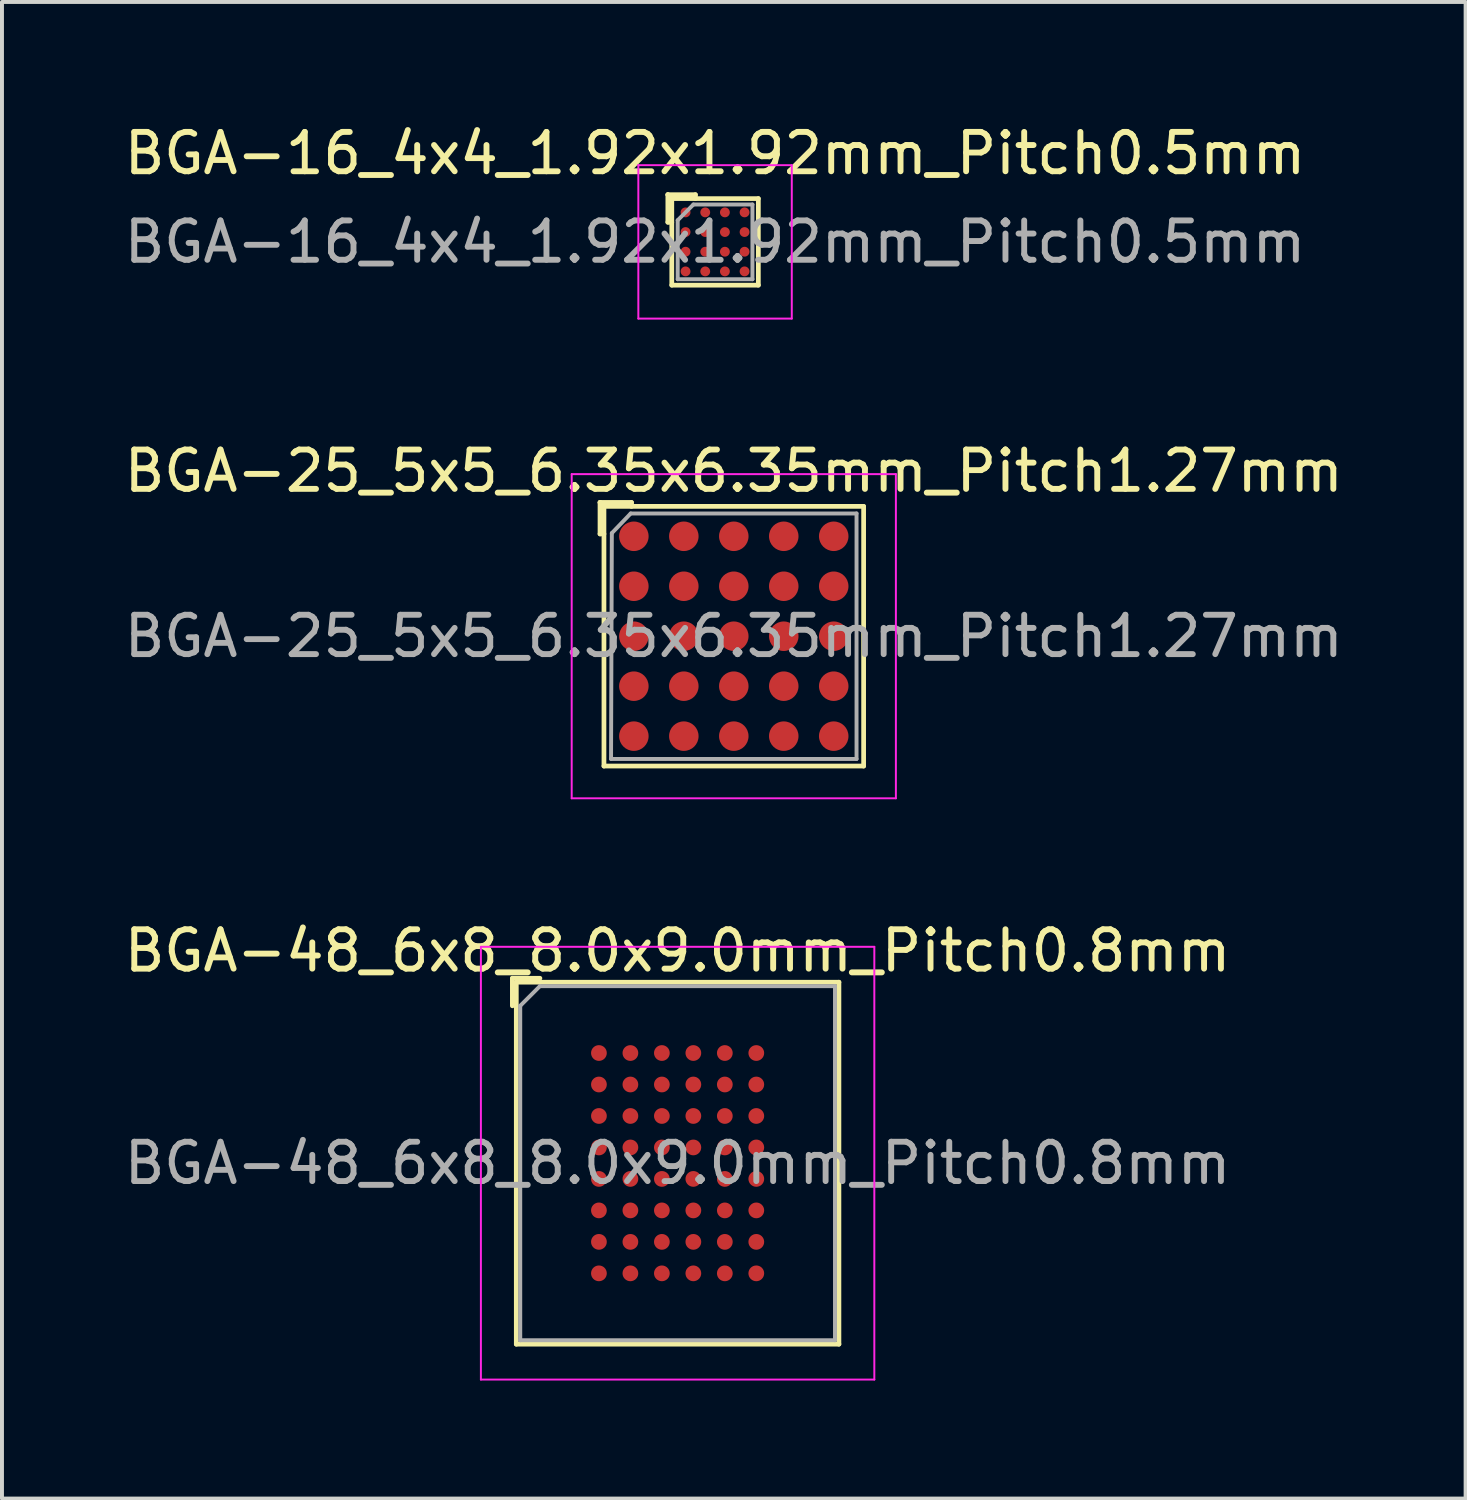
<source format=kicad_pcb>
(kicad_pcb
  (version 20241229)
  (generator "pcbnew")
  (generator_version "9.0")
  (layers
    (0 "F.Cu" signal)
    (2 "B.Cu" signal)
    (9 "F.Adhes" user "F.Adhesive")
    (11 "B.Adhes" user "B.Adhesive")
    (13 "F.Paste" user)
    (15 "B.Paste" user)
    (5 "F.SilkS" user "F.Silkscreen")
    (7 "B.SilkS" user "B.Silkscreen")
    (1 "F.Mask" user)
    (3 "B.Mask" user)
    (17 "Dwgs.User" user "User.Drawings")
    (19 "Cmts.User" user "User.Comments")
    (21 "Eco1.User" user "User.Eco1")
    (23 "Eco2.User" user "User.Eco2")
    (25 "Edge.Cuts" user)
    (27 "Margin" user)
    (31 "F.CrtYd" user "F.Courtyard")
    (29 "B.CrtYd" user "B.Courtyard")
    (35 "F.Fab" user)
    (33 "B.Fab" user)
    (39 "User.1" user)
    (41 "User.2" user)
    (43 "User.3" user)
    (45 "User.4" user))
  (footprint "BGA-48_6x8_8.0x9.0mm_Pitch0.8mm"
    (layer "F.Cu")
    (at 14.173 26.515)
    (property "Reference" "BGA-48_6x8_8.0x9.0mm_Pitch0.8mm" (at 0 -5.4 0) (layer "F.SilkS") (effects (font (size 1 1) (thickness 0.15))))
    (attr smd)
    (fp_line (start -4.2 -4.7) (end -3.5 -4.7) (stroke (width 0.12) (type solid)) (layer "F.SilkS"))
    (fp_line (start -4.2 -4) (end -4.2 -4.7) (stroke (width 0.12) (type solid)) (layer "F.SilkS"))
    (fp_line (start -4.1 -4.6) (end 4.1 -4.6) (stroke (width 0.12) (type solid)) (layer "F.SilkS"))
    (fp_line (start -4.1 4.6) (end -4.1 -4.6) (stroke (width 0.12) (type solid)) (layer "F.SilkS"))
    (fp_line (start 4.1 -4.6) (end 4.1 4.6) (stroke (width 0.12) (type solid)) (layer "F.SilkS"))
    (fp_line (start 4.1 4.6) (end -4.1 4.6) (stroke (width 0.12) (type solid)) (layer "F.SilkS"))
    (fp_line (start -5 -5.5) (end -5 5.5) (stroke (width 0.05) (type solid)) (layer "F.CrtYd"))
    (fp_line (start -5 -5.5) (end 5 -5.5) (stroke (width 0.05) (type solid)) (layer "F.CrtYd"))
    (fp_line (start 5 5.5) (end -5 5.5) (stroke (width 0.05) (type solid)) (layer "F.CrtYd"))
    (fp_line (start 5 5.5) (end 5 -5.5) (stroke (width 0.05) (type solid)) (layer "F.CrtYd"))
    (fp_line (start -4 -4) (end -3.5 -4.5) (stroke (width 0.1) (type solid)) (layer "F.Fab"))
    (fp_line (start -4 4.5) (end -4 -4) (stroke (width 0.1) (type solid)) (layer "F.Fab"))
    (fp_line (start -3.5 -4.5) (end 4 -4.5) (stroke (width 0.1) (type solid)) (layer "F.Fab"))
    (fp_line (start 4 -4.5) (end 4 4.5) (stroke (width 0.1) (type solid)) (layer "F.Fab"))
    (fp_line (start 4 4.5) (end -4 4.5) (stroke (width 0.1) (type solid)) (layer "F.Fab"))
    (fp_text user "${REFERENCE}" (at 0 0 0) (layer "F.Fab") (effects (font (size 1 1) (thickness 0.15))))
    (pad "A1" smd circle (at -2 -2.8) (size 0.4 0.4) (layers "F.Cu" "F.Mask" "F.Paste"))
    (pad "A2" smd circle (at -1.2 -2.8) (size 0.4 0.4) (layers "F.Cu" "F.Mask" "F.Paste"))
    (pad "A3" smd circle (at -0.4 -2.8) (size 0.4 0.4) (layers "F.Cu" "F.Mask" "F.Paste"))
    (pad "A4" smd circle (at 0.4 -2.8) (size 0.4 0.4) (layers "F.Cu" "F.Mask" "F.Paste"))
    (pad "A5" smd circle (at 1.2 -2.8) (size 0.4 0.4) (layers "F.Cu" "F.Mask" "F.Paste"))
    (pad "A6" smd circle (at 2 -2.8) (size 0.4 0.4) (layers "F.Cu" "F.Mask" "F.Paste"))
    (pad "B1" smd circle (at -2 -2) (size 0.4 0.4) (layers "F.Cu" "F.Mask" "F.Paste"))
    (pad "B2" smd circle (at -1.2 -2) (size 0.4 0.4) (layers "F.Cu" "F.Mask" "F.Paste"))
    (pad "B3" smd circle (at -0.4 -2) (size 0.4 0.4) (layers "F.Cu" "F.Mask" "F.Paste"))
    (pad "B4" smd circle (at 0.4 -2) (size 0.4 0.4) (layers "F.Cu" "F.Mask" "F.Paste"))
    (pad "B5" smd circle (at 1.2 -2) (size 0.4 0.4) (layers "F.Cu" "F.Mask" "F.Paste"))
    (pad "B6" smd circle (at 2 -2) (size 0.4 0.4) (layers "F.Cu" "F.Mask" "F.Paste"))
    (pad "C1" smd circle (at -2 -1.2) (size 0.4 0.4) (layers "F.Cu" "F.Mask" "F.Paste"))
    (pad "C2" smd circle (at -1.2 -1.2) (size 0.4 0.4) (layers "F.Cu" "F.Mask" "F.Paste"))
    (pad "C3" smd circle (at -0.4 -1.2) (size 0.4 0.4) (layers "F.Cu" "F.Mask" "F.Paste"))
    (pad "C4" smd circle (at 0.4 -1.2) (size 0.4 0.4) (layers "F.Cu" "F.Mask" "F.Paste"))
    (pad "C5" smd circle (at 1.2 -1.2) (size 0.4 0.4) (layers "F.Cu" "F.Mask" "F.Paste"))
    (pad "C6" smd circle (at 2 -1.2) (size 0.4 0.4) (layers "F.Cu" "F.Mask" "F.Paste"))
    (pad "D1" smd circle (at -2 -0.4) (size 0.4 0.4) (layers "F.Cu" "F.Mask" "F.Paste"))
    (pad "D2" smd circle (at -1.2 -0.4) (size 0.4 0.4) (layers "F.Cu" "F.Mask" "F.Paste"))
    (pad "D3" smd circle (at -0.4 -0.4) (size 0.4 0.4) (layers "F.Cu" "F.Mask" "F.Paste"))
    (pad "D4" smd circle (at 0.4 -0.4) (size 0.4 0.4) (layers "F.Cu" "F.Mask" "F.Paste"))
    (pad "D5" smd circle (at 1.2 -0.4) (size 0.4 0.4) (layers "F.Cu" "F.Mask" "F.Paste"))
    (pad "D6" smd circle (at 2 -0.4) (size 0.4 0.4) (layers "F.Cu" "F.Mask" "F.Paste"))
    (pad "E1" smd circle (at -2 0.4) (size 0.4 0.4) (layers "F.Cu" "F.Mask" "F.Paste"))
    (pad "E2" smd circle (at -1.2 0.4) (size 0.4 0.4) (layers "F.Cu" "F.Mask" "F.Paste"))
    (pad "E3" smd circle (at -0.4 0.4) (size 0.4 0.4) (layers "F.Cu" "F.Mask" "F.Paste"))
    (pad "E4" smd circle (at 0.4 0.4) (size 0.4 0.4) (layers "F.Cu" "F.Mask" "F.Paste"))
    (pad "E5" smd circle (at 1.2 0.4) (size 0.4 0.4) (layers "F.Cu" "F.Mask" "F.Paste"))
    (pad "E6" smd circle (at 2 0.4) (size 0.4 0.4) (layers "F.Cu" "F.Mask" "F.Paste"))
    (pad "F1" smd circle (at -2 1.2) (size 0.4 0.4) (layers "F.Cu" "F.Mask" "F.Paste"))
    (pad "F2" smd circle (at -1.2 1.2) (size 0.4 0.4) (layers "F.Cu" "F.Mask" "F.Paste"))
    (pad "F3" smd circle (at -0.4 1.2) (size 0.4 0.4) (layers "F.Cu" "F.Mask" "F.Paste"))
    (pad "F4" smd circle (at 0.4 1.2) (size 0.4 0.4) (layers "F.Cu" "F.Mask" "F.Paste"))
    (pad "F5" smd circle (at 1.2 1.2) (size 0.4 0.4) (layers "F.Cu" "F.Mask" "F.Paste"))
    (pad "F6" smd circle (at 2 1.2) (size 0.4 0.4) (layers "F.Cu" "F.Mask" "F.Paste"))
    (pad "G1" smd circle (at -2 2) (size 0.4 0.4) (layers "F.Cu" "F.Mask" "F.Paste"))
    (pad "G2" smd circle (at -1.2 2) (size 0.4 0.4) (layers "F.Cu" "F.Mask" "F.Paste"))
    (pad "G3" smd circle (at -0.4 2) (size 0.4 0.4) (layers "F.Cu" "F.Mask" "F.Paste"))
    (pad "G4" smd circle (at 0.4 2) (size 0.4 0.4) (layers "F.Cu" "F.Mask" "F.Paste"))
    (pad "G5" smd circle (at 1.2 2) (size 0.4 0.4) (layers "F.Cu" "F.Mask" "F.Paste"))
    (pad "G6" smd circle (at 2 2) (size 0.4 0.4) (layers "F.Cu" "F.Mask" "F.Paste"))
    (pad "H1" smd circle (at -2 2.8) (size 0.4 0.4) (layers "F.Cu" "F.Mask" "F.Paste"))
    (pad "H2" smd circle (at -1.2 2.8) (size 0.4 0.4) (layers "F.Cu" "F.Mask" "F.Paste"))
    (pad "H3" smd circle (at -0.4 2.8) (size 0.4 0.4) (layers "F.Cu" "F.Mask" "F.Paste"))
    (pad "H4" smd circle (at 0.4 2.8) (size 0.4 0.4) (layers "F.Cu" "F.Mask" "F.Paste"))
    (pad "H5" smd circle (at 1.2 2.8) (size 0.4 0.4) (layers "F.Cu" "F.Mask" "F.Paste"))
    (pad "H6" smd circle (at 2 2.8) (size 0.4 0.4) (layers "F.Cu" "F.Mask" "F.Paste")))
  (footprint "BGA-25_5x5_6.35x6.35mm_Pitch1.27mm"
    (layer "F.Cu")
    (at 15.601 13.121)
    (property "Reference" "BGA-25_5x5_6.35x6.35mm_Pitch1.27mm" (at 0 -4.2 0) (layer "F.SilkS") (effects (font (size 1 1) (thickness 0.15))))
    (attr smd)
    (fp_line (start -3.4 -3.4) (end -3.4 -2.6) (stroke (width 0.12) (type solid)) (layer "F.SilkS"))
    (fp_line (start -3.4 -2.6) (end -3.3 -2.6) (stroke (width 0.12) (type solid)) (layer "F.SilkS"))
    (fp_line (start -3.3 -3.3) (end -3.4 -3.4) (stroke (width 0.12) (type solid)) (layer "F.SilkS"))
    (fp_line (start -3.3 -3.3) (end 3.3 -3.3) (stroke (width 0.12) (type solid)) (layer "F.SilkS"))
    (fp_line (start -3.3 3.3) (end -3.3 -3.3) (stroke (width 0.12) (type solid)) (layer "F.SilkS"))
    (fp_line (start -2.6 -3.4) (end -3.4 -3.4) (stroke (width 0.12) (type solid)) (layer "F.SilkS"))
    (fp_line (start -2.6 -3.4) (end -2.6 -3.3) (stroke (width 0.12) (type solid)) (layer "F.SilkS"))
    (fp_line (start 3.3 -3.3) (end 3.3 3.3) (stroke (width 0.12) (type solid)) (layer "F.SilkS"))
    (fp_line (start 3.3 3.3) (end -3.3 3.3) (stroke (width 0.12) (type solid)) (layer "F.SilkS"))
    (fp_line (start -4.12 -4.12) (end -4.12 4.12) (stroke (width 0.05) (type solid)) (layer "F.CrtYd"))
    (fp_line (start -4.12 -4.12) (end 4.12 -4.12) (stroke (width 0.05) (type solid)) (layer "F.CrtYd"))
    (fp_line (start 4.12 4.12) (end -4.12 4.12) (stroke (width 0.05) (type solid)) (layer "F.CrtYd"))
    (fp_line (start 4.12 4.12) (end 4.12 -4.12) (stroke (width 0.05) (type solid)) (layer "F.CrtYd"))
    (fp_line (start -3.12 3.12) (end -3.1 -2.62) (stroke (width 0.1) (type solid)) (layer "F.Fab"))
    (fp_line (start -3.1 -2.62) (end -2.62 -3.12) (stroke (width 0.1) (type solid)) (layer "F.Fab"))
    (fp_line (start -2.62 -3.12) (end 3.12 -3.12) (stroke (width 0.1) (type solid)) (layer "F.Fab"))
    (fp_line (start 3.12 -3.12) (end 3.12 3.12) (stroke (width 0.1) (type solid)) (layer "F.Fab"))
    (fp_line (start 3.12 3.12) (end -3.12 3.12) (stroke (width 0.1) (type solid)) (layer "F.Fab"))
    (fp_text user "${REFERENCE}" (at 0 0 0) (layer "F.Fab") (effects (font (size 1 1) (thickness 0.15))))
    (pad "A1" smd circle (at -2.54 -2.54) (size 0.75 0.75) (layers "F.Cu" "F.Mask" "F.Paste"))
    (pad "A2" smd circle (at -1.27 -2.54) (size 0.75 0.75) (layers "F.Cu" "F.Mask" "F.Paste"))
    (pad "A3" smd circle (at 0 -2.54) (size 0.75 0.75) (layers "F.Cu" "F.Mask" "F.Paste"))
    (pad "A4" smd circle (at 1.27 -2.54) (size 0.75 0.75) (layers "F.Cu" "F.Mask" "F.Paste"))
    (pad "A5" smd circle (at 2.54 -2.54) (size 0.75 0.75) (layers "F.Cu" "F.Mask" "F.Paste"))
    (pad "B1" smd circle (at -2.54 -1.27) (size 0.75 0.75) (layers "F.Cu" "F.Mask" "F.Paste"))
    (pad "B2" smd circle (at -1.27 -1.27) (size 0.75 0.75) (layers "F.Cu" "F.Mask" "F.Paste"))
    (pad "B3" smd circle (at 0 -1.27) (size 0.75 0.75) (layers "F.Cu" "F.Mask" "F.Paste"))
    (pad "B4" smd circle (at 1.27 -1.27) (size 0.75 0.75) (layers "F.Cu" "F.Mask" "F.Paste"))
    (pad "B5" smd circle (at 2.54 -1.27) (size 0.75 0.75) (layers "F.Cu" "F.Mask" "F.Paste"))
    (pad "C1" smd circle (at -2.54 0) (size 0.75 0.75) (layers "F.Cu" "F.Mask" "F.Paste"))
    (pad "C2" smd circle (at -1.27 0) (size 0.75 0.75) (layers "F.Cu" "F.Mask" "F.Paste"))
    (pad "C3" smd circle (at 0 0) (size 0.75 0.75) (layers "F.Cu" "F.Mask" "F.Paste"))
    (pad "C4" smd circle (at 1.27 0) (size 0.75 0.75) (layers "F.Cu" "F.Mask" "F.Paste"))
    (pad "C5" smd circle (at 2.54 0) (size 0.75 0.75) (layers "F.Cu" "F.Mask" "F.Paste"))
    (pad "D1" smd circle (at -2.54 1.27) (size 0.75 0.75) (layers "F.Cu" "F.Mask" "F.Paste"))
    (pad "D2" smd circle (at -1.27 1.27) (size 0.75 0.75) (layers "F.Cu" "F.Mask" "F.Paste"))
    (pad "D3" smd circle (at 0 1.27) (size 0.75 0.75) (layers "F.Cu" "F.Mask" "F.Paste"))
    (pad "D4" smd circle (at 1.27 1.27) (size 0.75 0.75) (layers "F.Cu" "F.Mask" "F.Paste"))
    (pad "D5" smd circle (at 2.54 1.27) (size 0.75 0.75) (layers "F.Cu" "F.Mask" "F.Paste"))
    (pad "E1" smd circle (at -2.54 2.54) (size 0.75 0.75) (layers "F.Cu" "F.Mask" "F.Paste"))
    (pad "E2" smd circle (at -1.27 2.54) (size 0.75 0.75) (layers "F.Cu" "F.Mask" "F.Paste"))
    (pad "E3" smd circle (at 0 2.54) (size 0.75 0.75) (layers "F.Cu" "F.Mask" "F.Paste"))
    (pad "E4" smd circle (at 1.27 2.54) (size 0.75 0.75) (layers "F.Cu" "F.Mask" "F.Paste"))
    (pad "E5" smd circle (at 2.54 2.54) (size 0.75 0.75) (layers "F.Cu" "F.Mask" "F.Paste")))
  (footprint "BGA-16_4x4_1.92x1.92mm_Pitch0.5mm"
    (layer "F.Cu")
    (at 15.125 3.098)
    (property "Reference" "BGA-16_4x4_1.92x1.92mm_Pitch0.5mm" (at 0 -2.25 0) (layer "F.SilkS") (effects (font (size 1 1) (thickness 0.15))))
    (attr smd)
    (fp_line (start -1.2 -1.2) (end -1.2 -0.5) (stroke (width 0.12) (type solid)) (layer "F.SilkS"))
    (fp_line (start -1.2 -0.5) (end -1.1 -0.5) (stroke (width 0.12) (type solid)) (layer "F.SilkS"))
    (fp_line (start -1.1 -1.1) (end -1.2 -1.2) (stroke (width 0.12) (type solid)) (layer "F.SilkS"))
    (fp_line (start -1.1 -1.1) (end 1.1 -1.1) (stroke (width 0.12) (type solid)) (layer "F.SilkS"))
    (fp_line (start -1.1 1.1) (end -1.1 -1.1) (stroke (width 0.12) (type solid)) (layer "F.SilkS"))
    (fp_line (start -0.5 -1.2) (end -1.2 -1.2) (stroke (width 0.12) (type solid)) (layer "F.SilkS"))
    (fp_line (start -0.5 -1.1) (end -0.5 -1.2) (stroke (width 0.12) (type solid)) (layer "F.SilkS"))
    (fp_line (start 1.1 -1.1) (end 1.1 1.1) (stroke (width 0.12) (type solid)) (layer "F.SilkS"))
    (fp_line (start 1.1 1.1) (end -1.1 1.1) (stroke (width 0.12) (type solid)) (layer "F.SilkS"))
    (fp_line (start -1.95 -1.95) (end -1.95 1.95) (stroke (width 0.05) (type solid)) (layer "F.CrtYd"))
    (fp_line (start -1.95 -1.95) (end 1.95 -1.95) (stroke (width 0.05) (type solid)) (layer "F.CrtYd"))
    (fp_line (start 1.95 1.95) (end -1.95 1.95) (stroke (width 0.05) (type solid)) (layer "F.CrtYd"))
    (fp_line (start 1.95 1.95) (end 1.95 -1.95) (stroke (width 0.05) (type solid)) (layer "F.CrtYd"))
    (fp_line (start -0.95 -0.55) (end -0.55 -0.95) (stroke (width 0.1) (type solid)) (layer "F.Fab"))
    (fp_line (start -0.95 0.95) (end -0.95 -0.55) (stroke (width 0.1) (type solid)) (layer "F.Fab"))
    (fp_line (start -0.55 -0.95) (end 0.95 -0.95) (stroke (width 0.1) (type solid)) (layer "F.Fab"))
    (fp_line (start 0.95 -0.95) (end 0.95 0.95) (stroke (width 0.1) (type solid)) (layer "F.Fab"))
    (fp_line (start 0.95 0.95) (end -0.95 0.95) (stroke (width 0.1) (type solid)) (layer "F.Fab"))
    (fp_text user "${REFERENCE}" (at 0 0 0) (layer "F.Fab") (effects (font (size 1 1) (thickness 0.15))))
    (pad "A1" smd circle (at -0.75 -0.75) (size 0.25 0.25) (layers "F.Cu" "F.Mask" "F.Paste"))
    (pad "A2" smd circle (at -0.25 -0.75) (size 0.25 0.25) (layers "F.Cu" "F.Mask" "F.Paste"))
    (pad "A3" smd circle (at 0.25 -0.75) (size 0.25 0.25) (layers "F.Cu" "F.Mask" "F.Paste"))
    (pad "A4" smd circle (at 0.75 -0.75) (size 0.25 0.25) (layers "F.Cu" "F.Mask" "F.Paste"))
    (pad "B1" smd circle (at -0.75 -0.25) (size 0.25 0.25) (layers "F.Cu" "F.Mask" "F.Paste"))
    (pad "B2" smd circle (at -0.25 -0.25) (size 0.25 0.25) (layers "F.Cu" "F.Mask" "F.Paste"))
    (pad "B3" smd circle (at 0.25 -0.25) (size 0.25 0.25) (layers "F.Cu" "F.Mask" "F.Paste"))
    (pad "B4" smd circle (at 0.75 -0.25) (size 0.25 0.25) (layers "F.Cu" "F.Mask" "F.Paste"))
    (pad "C1" smd circle (at -0.75 0.25) (size 0.25 0.25) (layers "F.Cu" "F.Mask" "F.Paste"))
    (pad "C2" smd circle (at -0.25 0.25) (size 0.25 0.25) (layers "F.Cu" "F.Mask" "F.Paste"))
    (pad "C3" smd circle (at 0.25 0.25) (size 0.25 0.25) (layers "F.Cu" "F.Mask" "F.Paste"))
    (pad "C4" smd circle (at 0.75 0.25) (size 0.25 0.25) (layers "F.Cu" "F.Mask" "F.Paste"))
    (pad "D1" smd circle (at -0.75 0.75) (size 0.25 0.25) (layers "F.Cu" "F.Mask" "F.Paste"))
    (pad "D2" smd circle (at -0.25 0.75) (size 0.25 0.25) (layers "F.Cu" "F.Mask" "F.Paste"))
    (pad "D3" smd circle (at 0.25 0.75) (size 0.25 0.25) (layers "F.Cu" "F.Mask" "F.Paste"))
    (pad "D4" smd circle (at 0.75 0.75) (size 0.25 0.25) (layers "F.Cu" "F.Mask" "F.Paste")))
  (gr_rect
    (start -3 -3)
    (end 34.202 35.04)
    (stroke (width 0.1) (type default))
    (fill no)
    (layer "Edge.Cuts")))
</source>
